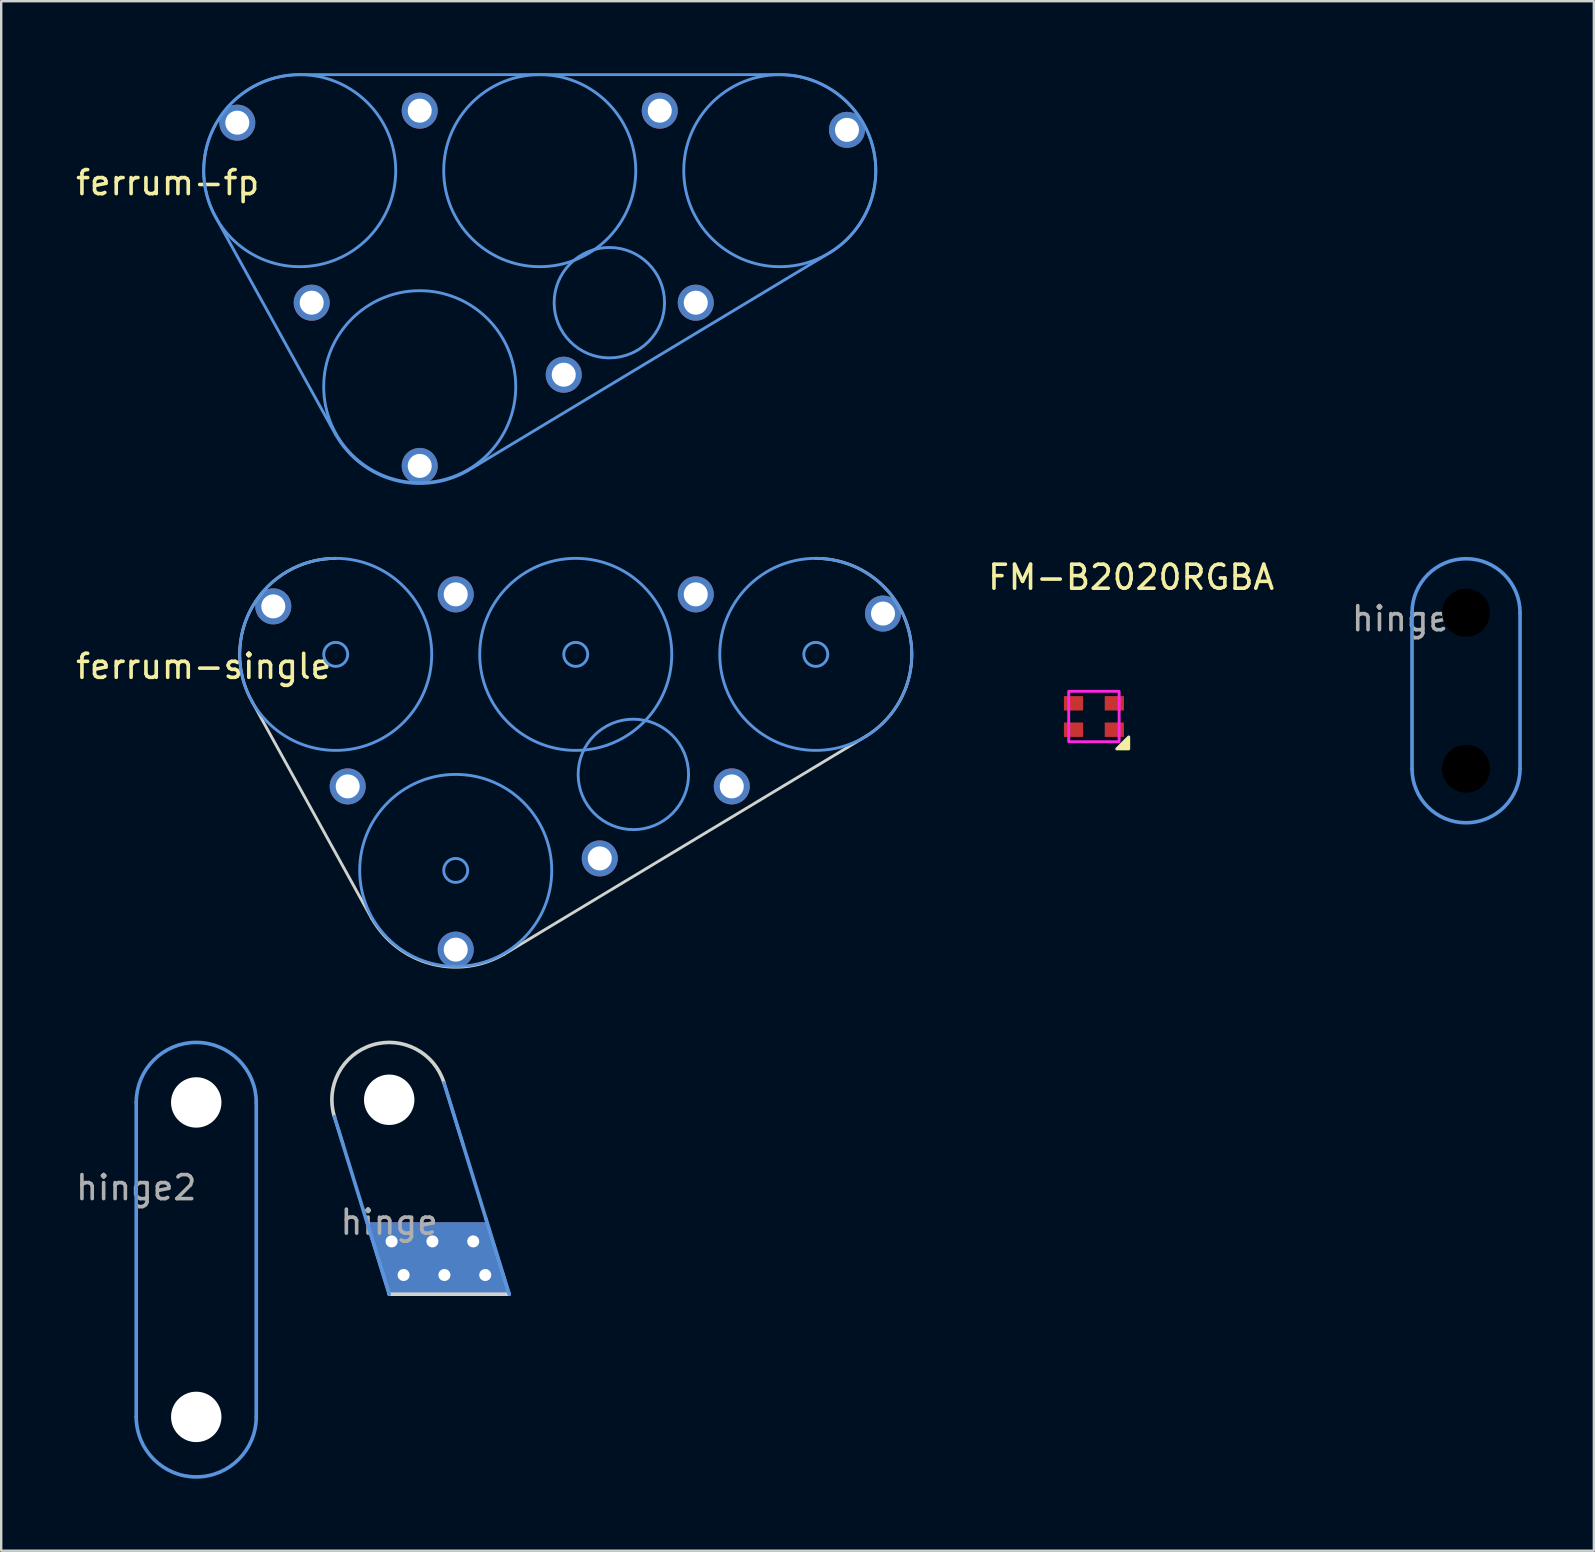
<source format=kicad_pcb>
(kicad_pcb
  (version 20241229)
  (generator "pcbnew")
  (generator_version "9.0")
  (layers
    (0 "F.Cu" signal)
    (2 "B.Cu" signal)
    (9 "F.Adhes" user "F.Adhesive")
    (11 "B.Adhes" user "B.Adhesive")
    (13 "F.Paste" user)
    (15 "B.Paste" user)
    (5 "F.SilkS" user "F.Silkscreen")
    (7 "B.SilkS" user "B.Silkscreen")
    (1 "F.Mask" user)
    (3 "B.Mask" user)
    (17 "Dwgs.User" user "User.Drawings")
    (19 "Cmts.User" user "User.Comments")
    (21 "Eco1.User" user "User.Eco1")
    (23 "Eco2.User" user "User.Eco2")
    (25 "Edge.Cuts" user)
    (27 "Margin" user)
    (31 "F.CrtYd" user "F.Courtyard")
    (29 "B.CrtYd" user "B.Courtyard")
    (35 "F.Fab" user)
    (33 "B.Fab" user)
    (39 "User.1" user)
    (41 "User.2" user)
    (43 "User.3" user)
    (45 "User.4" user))
  (footprint "ferrum-single"
    (layer "F.Cu")
    (at 20.935 24.211)
    (property "Reference" "ferrum-single" (at -15.5 0.5 0) (unlocked yes) (layer "F.SilkS") (effects (font (size 1 1) (thickness 0.15))))
    (fp_circle (center -10 0) (end -9.5 0) (stroke (width 0.12) (type solid)) (fill no) (layer "Cmts.User"))
    (fp_circle (center -10 0) (end -6 0) (stroke (width 0.12) (type solid)) (fill no) (layer "Cmts.User"))
    (fp_circle (center -5 9) (end -5 5) (stroke (width 0.12) (type solid)) (fill no) (layer "Cmts.User"))
    (fp_circle (center -5 9) (end -4.5 9) (stroke (width 0.12) (type solid)) (fill no) (layer "Cmts.User"))
    (fp_circle (center 0 0) (end 0 4) (stroke (width 0.12) (type solid)) (fill no) (layer "Cmts.User"))
    (fp_circle (center 0 0) (end 0.5 0) (stroke (width 0.12) (type solid)) (fill no) (layer "Cmts.User"))
    (fp_circle (center 2.4 5) (end 4.7 5) (stroke (width 0.12) (type solid)) (fill no) (layer "Cmts.User"))
    (fp_circle (center 10 0) (end 6 0) (stroke (width 0.12) (type solid)) (fill no) (layer "Cmts.User"))
    (fp_circle (center 10 0) (end 10.5 0) (stroke (width 0.12) (type solid)) (fill no) (layer "Cmts.User"))
    (fp_line (start -13.473 1.985) (end -8.5 11) (stroke (width 0.12) (type solid)) (layer "Edge.Cuts"))
    (fp_line (start 12.102 3.403) (end -3 12.5) (stroke (width 0.12) (type solid)) (layer "Edge.Cuts"))
    (fp_arc (start -13.472973 1.984556) (mid -13.459641 -2.007708) (end -10 -4) (stroke (width 0.12) (type solid)) (layer "Edge.Cuts"))
    (fp_arc (start -3 12.499999) (mid -6.060659 12.889087) (end -8.499999 11) (stroke (width 0.12) (type solid)) (layer "Edge.Cuts"))
    (fp_arc (start 10 -4) (mid 13.847906 -1.092528) (end 12.101972 3.403192) (stroke (width 0.12) (type solid)) (layer "Edge.Cuts"))
    (pad "1" thru_hole circle (at -12.6 -2) (size 1.5 1.5) (drill 1) (layers "*.Cu" "*.Mask"))
    (pad "2" thru_hole circle (at -9.5 5.5) (size 1.5 1.5) (drill 1) (layers "*.Cu" "*.Mask"))
    (pad "3" thru_hole circle (at -5 12.3) (size 1.5 1.5) (drill 1) (layers "*.Cu" "*.Mask"))
    (pad "4" thru_hole circle (at 1 8.5) (size 1.5 1.5) (drill 1) (layers "*.Cu" "*.Mask"))
    (pad "5" thru_hole circle (at 6.5 5.5) (size 1.5 1.5) (drill 1) (layers "*.Cu" "*.Mask"))
    (pad "6" thru_hole circle (at 12.8 -1.7) (size 1.5 1.5) (drill 1) (layers "*.Cu" "*.Mask"))
    (pad "7" thru_hole circle (at 5 -2.5) (size 1.5 1.5) (drill 1) (layers "*.Cu" "*.Mask"))
    (pad "8" thru_hole circle (at -5 -2.5) (size 1.5 1.5) (drill 1) (layers "*.Cu" "*.Mask")))
  (footprint "hinge1"
    (layer "F.Cu")
    (at 55.774 25.726)
    (property "Reference" "hinge1" (at 0 -3 0) (layer "F.Fab") (effects (font (size 1 1) (thickness 0.15))))
    (attr through_hole)
    (fp_line (start 0 3.25) (end 0 -3.25) (stroke (width 0.15) (type solid)) (layer "Cmts.User"))
    (fp_line (start 4.5 3.25) (end 4.5 -3.25) (stroke (width 0.15) (type solid)) (layer "Cmts.User"))
    (fp_arc (start 0 -3.25) (mid 2.25 -5.5) (end 4.5 -3.25) (stroke (width 0.15) (type solid)) (layer "Cmts.User"))
    (fp_arc (start 4.5 3.25) (mid 2.25 5.5) (end 0 3.25) (stroke (width 0.15) (type solid)) (layer "Cmts.User"))
    (pad "" np_thru_hole circle (at 2.25 -3.25) (size 2 2) (drill 2) (layers "*.Mask"))
    (pad "" np_thru_hole circle (at 2.25 3.25) (size 2 2) (drill 2) (layers "*.Mask")))
  (footprint "ferrum-fp"
    (layer "F.Cu")
    (at 19.435 4.06)
    (property "Reference" "ferrum-fp" (at -15.5 0.5 0) (unlocked yes) (layer "F.SilkS") (effects (font (size 1 1) (thickness 0.15))))
    (fp_line (start -13.473 1.985) (end -8.5 11) (stroke (width 0.12) (type solid)) (layer "Cmts.User"))
    (fp_line (start -10 -4) (end 10 -4) (stroke (width 0.12) (type solid)) (layer "Cmts.User"))
    (fp_line (start 12.102 3.403) (end -3 12.5) (stroke (width 0.12) (type solid)) (layer "Cmts.User"))
    (fp_arc (start -13.472972 1.984555) (mid -13.45886 -2.007255) (end -10 -4) (stroke (width 0.12) (type solid)) (layer "Cmts.User"))
    (fp_arc (start -3.000002 12.499999) (mid -6.06066 12.889086) (end -8.499999 11) (stroke (width 0.12) (type solid)) (layer "Cmts.User"))
    (fp_arc (start 10 -4) (mid 13.847942 -1.092538) (end 12.101971 3.40319) (stroke (width 0.12) (type solid)) (layer "Cmts.User"))
    (fp_circle (center -10 0) (end -6 0) (stroke (width 0.12) (type solid)) (fill no) (layer "Cmts.User"))
    (fp_circle (center -5 9) (end -5 5) (stroke (width 0.12) (type solid)) (fill no) (layer "Cmts.User"))
    (fp_circle (center 0 0) (end 0 4) (stroke (width 0.12) (type solid)) (fill no) (layer "Cmts.User"))
    (fp_circle (center 2.9 5.5) (end 5.2 5.5) (stroke (width 0.12) (type solid)) (fill no) (layer "Cmts.User"))
    (fp_circle (center 10 0) (end 6 0) (stroke (width 0.12) (type solid)) (fill no) (layer "Cmts.User"))
    (pad "1" thru_hole circle (at -12.6 -2) (size 1.5 1.5) (drill 1) (layers "*.Cu" "B.Mask"))
    (pad "2" thru_hole circle (at -9.5 5.5) (size 1.5 1.5) (drill 1) (layers "*.Cu" "B.Mask"))
    (pad "3" thru_hole circle (at -5 12.3) (size 1.5 1.5) (drill 1) (layers "*.Cu" "B.Mask"))
    (pad "4" thru_hole circle (at 1 8.5) (size 1.5 1.5) (drill 1) (layers "*.Cu" "B.Mask"))
    (pad "5" thru_hole circle (at 6.5 5.5) (size 1.5 1.5) (drill 1) (layers "*.Cu" "B.Mask"))
    (pad "6" thru_hole circle (at 12.8 -1.7) (size 1.5 1.5) (drill 1) (layers "*.Cu" "B.Mask"))
    (pad "7" thru_hole circle (at 5 -2.5) (size 1.5 1.5) (drill 1) (layers "*.Cu" "B.Mask"))
    (pad "8" thru_hole circle (at -5 -2.5) (size 1.5 1.5) (drill 1) (layers "*.Cu" "B.Mask")))
  (footprint "hinge"
    (layer "F.Cu")
    (at 13.164 50.866)
    (property "Reference" "hinge" (at 0 -3 0) (layer "F.Fab") (effects (font (size 1 1) (thickness 0.15))))
    (fp_line (start 0 0) (end -2.283 -7.396) (stroke (width 0.15) (type solid)) (layer "Cmts.User"))
    (fp_line (start 5 0) (end 2.283 -8.804) (stroke (width 0.15) (type solid)) (layer "Cmts.User"))
    (fp_line (start -2.283 -7.396) (end -1.909 -6.199) (stroke (width 0.12) (type solid)) (layer "Edge.Cuts"))
    (fp_line (start -0.987 -3.198) (end 0 0) (stroke (width 0.12) (type solid)) (layer "Edge.Cuts"))
    (fp_line (start 3.088 -6.198) (end 2.283 -8.804) (stroke (width 0.12) (type solid)) (layer "Edge.Cuts"))
    (fp_line (start 5 0) (end 0 0) (stroke (width 0.15) (type solid)) (layer "Edge.Cuts"))
    (fp_line (start 5 0) (end 4.009 -3.201) (stroke (width 0.12) (type solid)) (layer "Edge.Cuts"))
    (fp_arc (start -2.282563 -7.395505) (mid -0.704495 -10.382563) (end 2.282563 -8.804495) (stroke (width 0.15) (type solid)) (layer "Edge.Cuts"))
    (pad "" np_thru_hole circle (at 0 -8.1) (size 2.1 2.1) (drill 2.1) (layers "*.Cu" "*.Mask"))
    (pad "1" smd custom (at 0 0) (size 0.001 0.001) (layers "F.Cu" "F.Mask") (options (anchor circle)) (primitives (gr_poly (pts (xy 0 0) (xy 5 0) (xy 4.115 -3) (xy -0.885 -3)) (width 0) (fill yes))))
    (pad "1" smd custom (at 0 0) (size 0.001 0.001) (layers "B.Cu" "B.Mask") (options (anchor circle)) (primitives (gr_poly (pts (xy 0 0) (xy 5 0) (xy 4.115 -3) (xy -0.885 -3)) (width 0) (fill yes))))
    (pad "1" thru_hole circle (at 0.1 -2.2) (size 1 1) (drill 0.5) (layers "*.Cu" "*.Mask"))
    (pad "1" thru_hole circle (at 0.6 -0.8) (size 1 1) (drill 0.5) (layers "*.Cu" "*.Mask"))
    (pad "1" thru_hole circle (at 1.8 -2.2) (size 1 1) (drill 0.5) (layers "*.Cu" "*.Mask"))
    (pad "1" thru_hole circle (at 2.3 -0.8) (size 1 1) (drill 0.5) (layers "*.Cu" "*.Mask"))
    (pad "1" thru_hole circle (at 3.5 -2.2) (size 1 1) (drill 0.5) (layers "*.Cu" "*.Mask"))
    (pad "1" thru_hole circle (at 4 -0.8) (size 1 1) (drill 0.5) (layers "*.Cu" "*.Mask")))
  (footprint "hinge2"
    (layer "F.Cu")
    (at 2.625 49.427)
    (property "Reference" "hinge2" (at 0 -3 0) (layer "F.Fab") (effects (font (size 1 1) (thickness 0.15))))
    (attr through_hole)
    (fp_line (start 0 6.55) (end 0 -6.55) (stroke (width 0.15) (type solid)) (layer "Cmts.User"))
    (fp_line (start 5 6.55) (end 5 -6.55) (stroke (width 0.15) (type solid)) (layer "Cmts.User"))
    (fp_arc (start 0 -6.55) (mid 2.5 -9.05) (end 5 -6.55) (stroke (width 0.15) (type solid)) (layer "Cmts.User"))
    (fp_arc (start 5 6.55) (mid 2.5 9.05) (end 0 6.55) (stroke (width 0.15) (type solid)) (layer "Cmts.User"))
    (pad "" np_thru_hole circle (at 2.5 -6.55) (size 2.1 2.1) (drill 2.1) (layers "*.Cu" "*.Mask"))
    (pad "" np_thru_hole circle (at 2.5 6.55) (size 2.1 2.1) (drill 2.1) (layers "*.Cu" "*.Mask")))
  (footprint "FM-B2020RGBA"
    (layer "F.Cu")
    (at 42.522 26.799)
    (property "Reference" "FM-B2020RGBA" (at 1.55 -5.8 0) (unlocked yes) (layer "F.SilkS") (effects (font (size 1 1) (thickness 0.15))))
    (fp_poly (pts (xy 1.45 1.35) (xy 0.95 1.35) (xy 1.45 0.85)) (stroke (width 0.12) (type solid)) (fill yes) (layer "F.SilkS"))
    (fp_rect (start -1.05 -1.05) (end 1.05 1.05) (stroke (width 0.12) (type solid)) (fill no) (layer "F.CrtYd"))
    (pad "1" smd rect (at 0.85 0.55) (size 0.8 0.6) (layers "F.Cu" "F.Mask" "F.Paste"))
    (pad "2" smd rect (at -0.85 0.55) (size 0.8 0.6) (layers "F.Cu" "F.Mask" "F.Paste"))
    (pad "3" smd rect (at -0.85 -0.55) (size 0.8 0.6) (layers "F.Cu" "F.Mask" "F.Paste"))
    (pad "4" smd rect (at 0.85 -0.55) (size 0.8 0.6) (layers "F.Cu" "F.Mask" "F.Paste")))
  (gr_rect
    (start -3 -3)
    (end 63.349 61.552)
    (stroke (width 0.1) (type default))
    (fill no)
    (layer "Edge.Cuts")))
</source>
